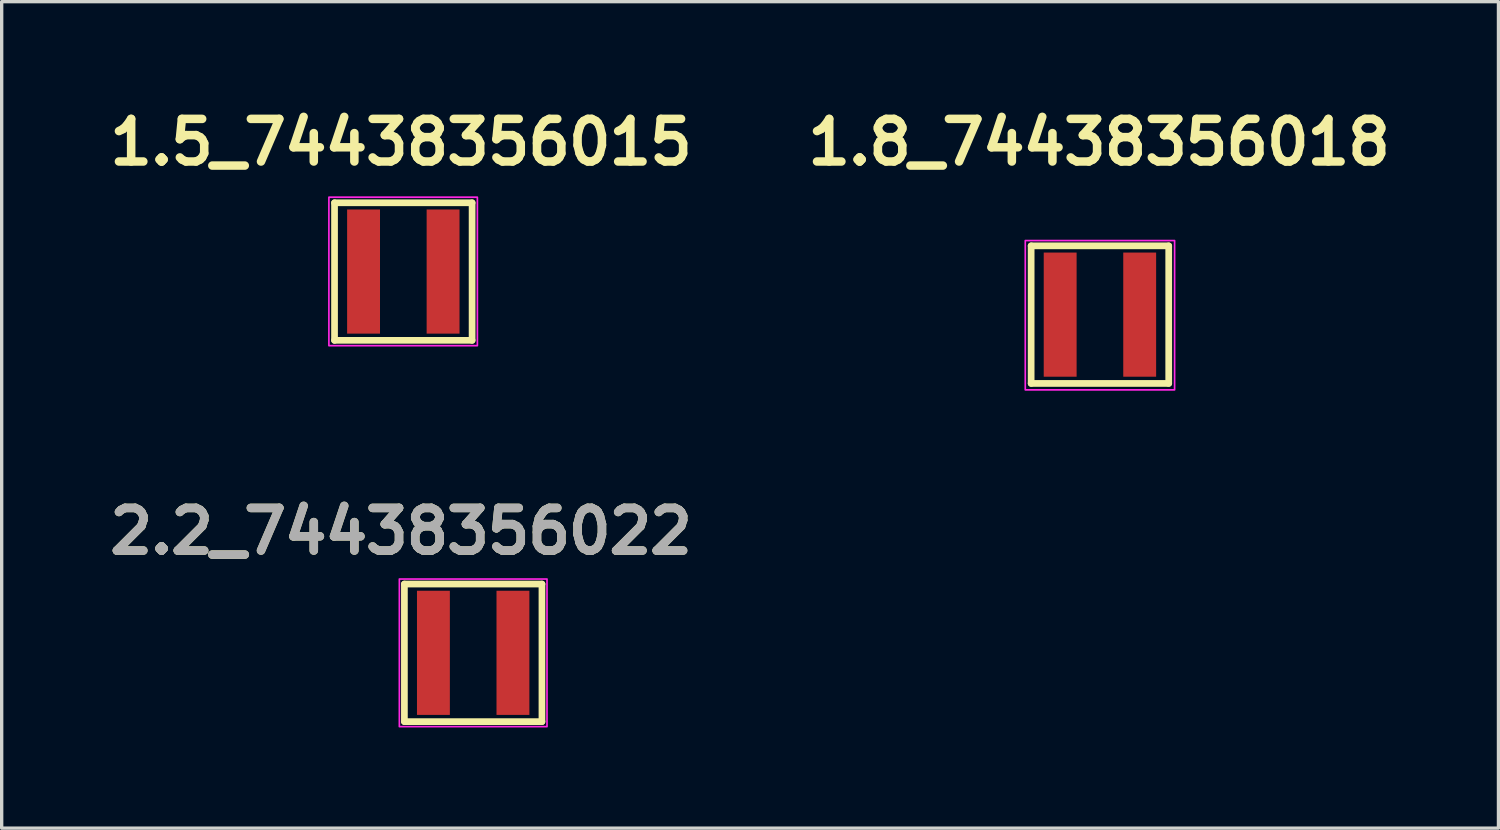
<source format=kicad_pcb>
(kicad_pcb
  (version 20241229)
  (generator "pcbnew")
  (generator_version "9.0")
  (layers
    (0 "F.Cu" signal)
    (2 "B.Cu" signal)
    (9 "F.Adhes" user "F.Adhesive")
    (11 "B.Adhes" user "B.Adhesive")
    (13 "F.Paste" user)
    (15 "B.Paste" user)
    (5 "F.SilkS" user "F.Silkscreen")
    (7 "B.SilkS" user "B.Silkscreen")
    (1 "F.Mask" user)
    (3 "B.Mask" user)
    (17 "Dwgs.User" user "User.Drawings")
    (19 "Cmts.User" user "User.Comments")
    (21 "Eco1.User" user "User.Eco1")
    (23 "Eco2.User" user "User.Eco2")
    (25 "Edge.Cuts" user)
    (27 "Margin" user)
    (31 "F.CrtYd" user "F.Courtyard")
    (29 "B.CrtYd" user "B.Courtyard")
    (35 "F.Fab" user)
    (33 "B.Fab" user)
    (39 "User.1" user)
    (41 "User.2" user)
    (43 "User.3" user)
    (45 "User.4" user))
  (footprint "1.5_74438356015"
    (layer "F.Cu")
    (at 8.927 5.177)
    (property "Reference" "1.5_74438356015" (at -0.025 -3.988 0) (layer "F.SilkS") (effects (font (size 1.27 1.27) (thickness 0.254))))
    (attr smd)
    (fp_line (start -2.007 -2.184) (end 2.093 -2.184) (stroke (width 0.2) (type solid)) (layer "F.SilkS"))
    (fp_line (start -2.007 1.916) (end -2.007 -2.184) (stroke (width 0.2) (type solid)) (layer "F.SilkS"))
    (fp_line (start 2.093 -2.184) (end 2.093 1.916) (stroke (width 0.2) (type solid)) (layer "F.SilkS"))
    (fp_line (start 2.093 1.916) (end -2.007 1.916) (stroke (width 0.2) (type solid)) (layer "F.SilkS"))
    (fp_rect (start -2.175 -2.35) (end 2.25 2.075) (stroke (width 0.05) (type default)) (fill no) (layer "F.CrtYd"))
    (pad "1" smd rect (at -1.142 -0.134) (size 0.98 3.7) (layers "F.Cu" "F.Mask" "F.Paste"))
    (pad "2" smd rect (at 1.228 -0.134) (size 0.98 3.7) (layers "F.Cu" "F.Mask" "F.Paste")))
  (footprint "2.2_74438356022"
    (layer "F.Cu")
    (at 11.052 16.406)
    (property "Reference" "2.2_74438356022" (at -2.15 -3.623 0) (layer "F.SilkS") (effects (font (size 1.27 1.27) (thickness 0.254))))
    (attr smd)
    (fp_line (start -2.05 -2.05) (end 2.05 -2.05) (stroke (width 0.2) (type solid)) (layer "F.SilkS"))
    (fp_line (start -2.05 2.05) (end -2.05 -2.05) (stroke (width 0.2) (type solid)) (layer "F.SilkS"))
    (fp_line (start 2.05 -2.05) (end 2.05 2.05) (stroke (width 0.2) (type solid)) (layer "F.SilkS"))
    (fp_line (start 2.05 2.05) (end -2.05 2.05) (stroke (width 0.2) (type solid)) (layer "F.SilkS"))
    (fp_rect (start -2.2 -2.2) (end 2.2 2.2) (stroke (width 0.05) (type default)) (fill no) (layer "F.CrtYd"))
    (fp_text user "${REFERENCE}" (at -2.15 -3.623 0) (layer "F.Fab") (effects (font (size 1.27 1.27) (thickness 0.254))))
    (pad "1" smd rect (at -1.185 0) (size 0.98 3.7) (layers "F.Cu" "F.Mask" "F.Paste"))
    (pad "2" smd rect (at 1.185 0) (size 0.98 3.7) (layers "F.Cu" "F.Mask" "F.Paste")))
  (footprint "1.8_74438356018"
    (layer "F.Cu")
    (at 29.706 6.269)
    (property "Reference" "1.8_74438356018" (at 0 -5.08 0) (layer "F.SilkS") (effects (font (size 1.27 1.27) (thickness 0.254))))
    (attr smd)
    (fp_line (start -2.025 -1.992) (end 2.075 -1.992) (stroke (width 0.2) (type solid)) (layer "F.SilkS"))
    (fp_line (start -2.025 2.108) (end -2.025 -1.992) (stroke (width 0.2) (type solid)) (layer "F.SilkS"))
    (fp_line (start 2.075 -1.992) (end 2.075 2.108) (stroke (width 0.2) (type solid)) (layer "F.SilkS"))
    (fp_line (start 2.075 2.108) (end -2.025 2.108) (stroke (width 0.2) (type solid)) (layer "F.SilkS"))
    (fp_rect (start -2.2 -2.15) (end 2.25 2.3) (stroke (width 0.05) (type default)) (fill no) (layer "F.CrtYd"))
    (pad "1" smd rect (at -1.16 0.058) (size 0.98 3.7) (layers "F.Cu" "F.Mask" "F.Paste"))
    (pad "2" smd rect (at 1.21 0.058) (size 0.98 3.7) (layers "F.Cu" "F.Mask" "F.Paste")))
  (gr_rect
    (start -3 -3)
    (end 41.608 21.631)
    (stroke (width 0.1) (type default))
    (fill no)
    (layer "Edge.Cuts")))
</source>
